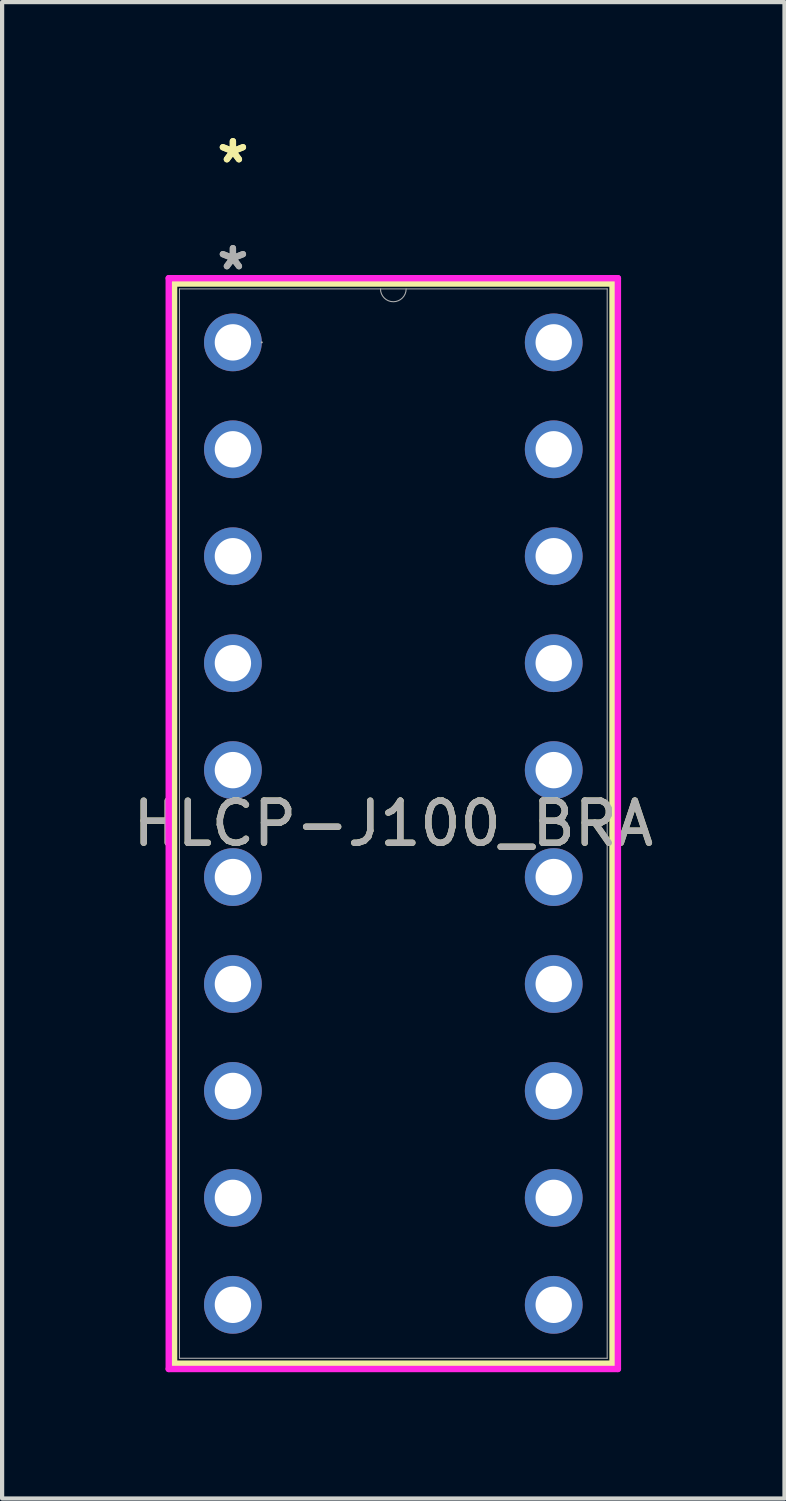
<source format=kicad_pcb>
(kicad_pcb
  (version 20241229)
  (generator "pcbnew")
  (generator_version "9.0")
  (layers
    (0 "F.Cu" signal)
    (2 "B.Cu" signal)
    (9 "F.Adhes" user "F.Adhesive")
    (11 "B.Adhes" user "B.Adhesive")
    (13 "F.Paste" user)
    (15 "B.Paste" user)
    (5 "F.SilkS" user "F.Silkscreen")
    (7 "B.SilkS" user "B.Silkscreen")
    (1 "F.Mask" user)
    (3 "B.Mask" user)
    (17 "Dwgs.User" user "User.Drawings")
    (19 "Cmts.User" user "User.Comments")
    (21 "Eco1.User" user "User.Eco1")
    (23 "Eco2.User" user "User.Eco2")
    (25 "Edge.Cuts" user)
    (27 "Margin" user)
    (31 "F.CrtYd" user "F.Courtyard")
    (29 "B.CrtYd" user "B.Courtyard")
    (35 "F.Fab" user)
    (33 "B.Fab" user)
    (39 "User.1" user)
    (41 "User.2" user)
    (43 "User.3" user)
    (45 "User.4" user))
  (footprint "HLCP-J100_BRA"
    (layer "F.Cu")
    (at 2.482 5.082)
    (property "Reference" "HLCP-J100_BRA" (at 3.81 11.43 0) (unlocked yes) (layer "F.SilkS") (effects (font (size 1 1) (thickness 0.15))))
    (attr through_hole)
    (fp_line (start -1.397 -1.397) (end -1.397 24.257) (stroke (width 0.152) (type solid)) (layer "F.SilkS"))
    (fp_line (start -1.397 24.257) (end 9.017 24.257) (stroke (width 0.152) (type solid)) (layer "F.SilkS"))
    (fp_line (start 9.017 -1.397) (end -1.397 -1.397) (stroke (width 0.152) (type solid)) (layer "F.SilkS"))
    (fp_line (start 9.017 24.257) (end 9.017 -1.397) (stroke (width 0.152) (type solid)) (layer "F.SilkS"))
    (fp_line (start -1.524 -1.524) (end 9.144 -1.524) (stroke (width 0.152) (type solid)) (layer "F.CrtYd"))
    (fp_line (start -1.524 24.384) (end -1.524 -1.524) (stroke (width 0.152) (type solid)) (layer "F.CrtYd"))
    (fp_line (start 9.144 -1.524) (end 9.144 24.384) (stroke (width 0.152) (type solid)) (layer "F.CrtYd"))
    (fp_line (start 9.144 24.384) (end -1.524 24.384) (stroke (width 0.152) (type solid)) (layer "F.CrtYd"))
    (fp_line (start -1.27 -1.27) (end -1.27 24.13) (stroke (width 0.025) (type solid)) (layer "F.Fab"))
    (fp_line (start -1.27 24.13) (end 8.89 24.13) (stroke (width 0.025) (type solid)) (layer "F.Fab"))
    (fp_line (start 8.89 -1.27) (end -1.27 -1.27) (stroke (width 0.025) (type solid)) (layer "F.Fab"))
    (fp_line (start 8.89 24.13) (end 8.89 -1.27) (stroke (width 0.025) (type solid)) (layer "F.Fab"))
    (fp_arc (start 4.1148 -1.27) (mid 3.81 -0.9652) (end 3.5052 -1.27) (stroke (width 0.0254) (type solid)) (layer "F.Fab"))
    (fp_circle (center 0.686 0) (end 0.686 0) (stroke (width 0.025) (type solid)) (fill no) (layer "F.Fab"))
    (fp_text user "*" (at 0 -4.233 0) (unlocked yes) (layer "F.SilkS") (effects (font (size 1 1) (thickness 0.15))))
    (fp_text user "*" (at 0 -4.233 0) (layer "F.SilkS") (effects (font (size 1 1) (thickness 0.15))))
    (fp_text user "*" (at 0 -1.693 0) (unlocked yes) (layer "F.Fab") (effects (font (size 1 1) (thickness 0.15))))
    (fp_text user "*" (at 0 -1.693 0) (layer "F.Fab") (effects (font (size 1 1) (thickness 0.15))))
    (fp_text user "${REFERENCE}" (at 3.81 11.43 0) (unlocked yes) (layer "F.Fab") (effects (font (size 1 1) (thickness 0.15))))
    (pad "1" thru_hole circle (at 0 0) (size 1.372 1.372) (drill 0.864) (layers "*.Cu" "*.Mask"))
    (pad "2" thru_hole circle (at 0 2.54) (size 1.372 1.372) (drill 0.864) (layers "*.Cu" "*.Mask"))
    (pad "3" thru_hole circle (at 0 5.08) (size 1.372 1.372) (drill 0.864) (layers "*.Cu" "*.Mask"))
    (pad "4" thru_hole circle (at 0 7.62) (size 1.372 1.372) (drill 0.864) (layers "*.Cu" "*.Mask"))
    (pad "5" thru_hole circle (at 0 10.16) (size 1.372 1.372) (drill 0.864) (layers "*.Cu" "*.Mask"))
    (pad "6" thru_hole circle (at 0 12.7) (size 1.372 1.372) (drill 0.864) (layers "*.Cu" "*.Mask"))
    (pad "7" thru_hole circle (at 0 15.24) (size 1.372 1.372) (drill 0.864) (layers "*.Cu" "*.Mask"))
    (pad "8" thru_hole circle (at 0 17.78) (size 1.372 1.372) (drill 0.864) (layers "*.Cu" "*.Mask"))
    (pad "9" thru_hole circle (at 0 20.32) (size 1.372 1.372) (drill 0.864) (layers "*.Cu" "*.Mask"))
    (pad "10" thru_hole circle (at 0 22.86) (size 1.372 1.372) (drill 0.864) (layers "*.Cu" "*.Mask"))
    (pad "11" thru_hole circle (at 7.62 22.86) (size 1.372 1.372) (drill 0.864) (layers "*.Cu" "*.Mask"))
    (pad "12" thru_hole circle (at 7.62 20.32) (size 1.372 1.372) (drill 0.864) (layers "*.Cu" "*.Mask"))
    (pad "13" thru_hole circle (at 7.62 17.78) (size 1.372 1.372) (drill 0.864) (layers "*.Cu" "*.Mask"))
    (pad "14" thru_hole circle (at 7.62 15.24) (size 1.372 1.372) (drill 0.864) (layers "*.Cu" "*.Mask"))
    (pad "15" thru_hole circle (at 7.62 12.7) (size 1.372 1.372) (drill 0.864) (layers "*.Cu" "*.Mask"))
    (pad "16" thru_hole circle (at 7.62 10.16) (size 1.372 1.372) (drill 0.864) (layers "*.Cu" "*.Mask"))
    (pad "17" thru_hole circle (at 7.62 7.62) (size 1.372 1.372) (drill 0.864) (layers "*.Cu" "*.Mask"))
    (pad "18" thru_hole circle (at 7.62 5.08) (size 1.372 1.372) (drill 0.864) (layers "*.Cu" "*.Mask"))
    (pad "19" thru_hole circle (at 7.62 2.54) (size 1.372 1.372) (drill 0.864) (layers "*.Cu" "*.Mask"))
    (pad "20" thru_hole circle (at 7.62 0) (size 1.372 1.372) (drill 0.864) (layers "*.Cu" "*.Mask")))
  (gr_rect
    (start -3 -3)
    (end 15.583 32.542)
    (stroke (width 0.1) (type default))
    (fill no)
    (layer "Edge.Cuts")))
</source>
